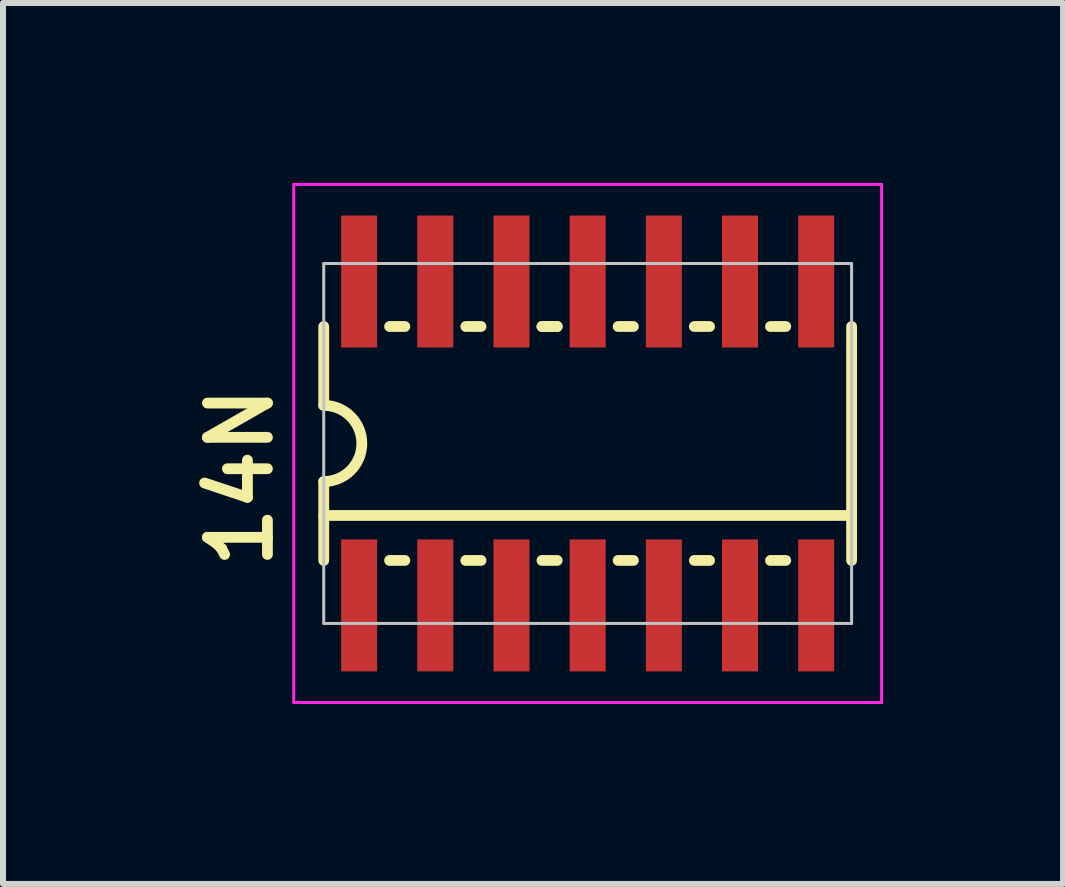
<source format=kicad_pcb>
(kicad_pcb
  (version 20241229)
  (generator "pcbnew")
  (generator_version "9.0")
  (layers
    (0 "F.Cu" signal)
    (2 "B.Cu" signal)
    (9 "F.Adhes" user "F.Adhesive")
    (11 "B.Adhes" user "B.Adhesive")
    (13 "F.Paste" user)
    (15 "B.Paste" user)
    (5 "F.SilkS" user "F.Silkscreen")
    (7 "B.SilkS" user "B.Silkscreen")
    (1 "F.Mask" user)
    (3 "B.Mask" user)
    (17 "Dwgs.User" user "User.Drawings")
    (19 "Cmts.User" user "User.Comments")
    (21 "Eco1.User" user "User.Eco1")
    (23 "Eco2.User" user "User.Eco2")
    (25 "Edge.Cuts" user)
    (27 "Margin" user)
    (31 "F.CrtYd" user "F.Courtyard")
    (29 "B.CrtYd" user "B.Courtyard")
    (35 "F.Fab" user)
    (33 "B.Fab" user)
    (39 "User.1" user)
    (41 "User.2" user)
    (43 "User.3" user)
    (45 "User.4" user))
  (footprint "14N"
    (layer "F.Cu")
    (at 6.747 4.343)
    (property "Reference" "14N" (at -5.207 2.159 90) (layer "F.SilkS") (effects (font (size 1 1) (thickness 0.18)) (justify left bottom)))
    (attr through_hole)
    (fp_line (start -4.4 -0.635) (end -4.4 -1.95) (stroke (width 0.18) (type solid)) (layer "F.SilkS"))
    (fp_line (start -4.4 1.95) (end -4.4 0.635) (stroke (width 0.18) (type solid)) (layer "F.SilkS"))
    (fp_line (start -3.302 -1.95) (end -3.048 -1.95) (stroke (width 0.18) (type solid)) (layer "F.SilkS"))
    (fp_line (start -3.302 1.95) (end -3.048 1.95) (stroke (width 0.18) (type solid)) (layer "F.SilkS"))
    (fp_line (start -2.032 -1.95) (end -1.778 -1.95) (stroke (width 0.18) (type solid)) (layer "F.SilkS"))
    (fp_line (start -2.032 1.95) (end -1.778 1.95) (stroke (width 0.18) (type solid)) (layer "F.SilkS"))
    (fp_line (start -0.762 -1.95) (end -0.508 -1.95) (stroke (width 0.18) (type solid)) (layer "F.SilkS"))
    (fp_line (start -0.762 -1.95) (end -0.508 -1.95) (stroke (width 0.18) (type solid)) (layer "F.SilkS"))
    (fp_line (start -0.762 1.95) (end -0.508 1.95) (stroke (width 0.18) (type solid)) (layer "F.SilkS"))
    (fp_line (start 0.508 -1.95) (end 0.762 -1.95) (stroke (width 0.18) (type solid)) (layer "F.SilkS"))
    (fp_line (start 0.508 1.95) (end 0.762 1.95) (stroke (width 0.18) (type solid)) (layer "F.SilkS"))
    (fp_line (start 1.778 -1.95) (end 2.032 -1.95) (stroke (width 0.18) (type solid)) (layer "F.SilkS"))
    (fp_line (start 1.778 1.95) (end 2.032 1.95) (stroke (width 0.18) (type solid)) (layer "F.SilkS"))
    (fp_line (start 3.048 -1.95) (end 3.302 -1.95) (stroke (width 0.18) (type solid)) (layer "F.SilkS"))
    (fp_line (start 3.048 1.95) (end 3.302 1.95) (stroke (width 0.18) (type solid)) (layer "F.SilkS"))
    (fp_line (start 4.4 -1.95) (end 4.4 1.95) (stroke (width 0.18) (type solid)) (layer "F.SilkS"))
    (fp_line (start 4.4 1.2) (end -4.4 1.2) (stroke (width 0.18) (type solid)) (layer "F.SilkS"))
    (fp_arc (start -4.4 -0.635) (mid -3.765 0) (end -4.4 0.635) (stroke (width 0.18) (type solid)) (layer "F.SilkS"))
    (fp_line (start -4.4 -3) (end -4.4 3) (stroke (width 0.05) (type solid)) (layer "Dwgs.User"))
    (fp_line (start -4.4 -3) (end 4.4 -3) (stroke (width 0.05) (type solid)) (layer "Dwgs.User"))
    (fp_line (start -4.4 3) (end 4.4 3) (stroke (width 0.05) (type solid)) (layer "Dwgs.User"))
    (fp_line (start 4.4 3) (end 4.4 -3) (stroke (width 0.05) (type solid)) (layer "Dwgs.User"))
    (fp_line (start -4.9 -4.318) (end 4.9 -4.318) (stroke (width 0.05) (type solid)) (layer "F.CrtYd"))
    (fp_line (start -4.9 4.318) (end -4.9 -4.318) (stroke (width 0.05) (type solid)) (layer "F.CrtYd"))
    (fp_line (start 4.9 -4.318) (end 4.9 4.318) (stroke (width 0.05) (type solid)) (layer "F.CrtYd"))
    (fp_line (start 4.9 4.318) (end -4.9 4.318) (stroke (width 0.05) (type solid)) (layer "F.CrtYd"))
    (pad "1" smd rect (at -3.81 2.7) (size 0.6 2.2) (layers "F.Cu" "F.Mask" "F.Paste"))
    (pad "2" smd rect (at -2.54 2.7) (size 0.6 2.2) (layers "F.Cu" "F.Mask" "F.Paste"))
    (pad "3" smd rect (at -1.27 2.7) (size 0.6 2.2) (layers "F.Cu" "F.Mask" "F.Paste"))
    (pad "4" smd rect (at 0 2.7) (size 0.6 2.2) (layers "F.Cu" "F.Mask" "F.Paste"))
    (pad "5" smd rect (at 1.27 2.7) (size 0.6 2.2) (layers "F.Cu" "F.Mask" "F.Paste"))
    (pad "6" smd rect (at 2.54 2.7) (size 0.6 2.2) (layers "F.Cu" "F.Mask" "F.Paste"))
    (pad "7" smd rect (at 3.81 2.7) (size 0.6 2.2) (layers "F.Cu" "F.Mask" "F.Paste"))
    (pad "8" smd rect (at 3.81 -2.7) (size 0.6 2.2) (layers "F.Cu" "F.Mask" "F.Paste"))
    (pad "9" smd rect (at 2.54 -2.7) (size 0.6 2.2) (layers "F.Cu" "F.Mask" "F.Paste"))
    (pad "10" smd rect (at 1.27 -2.7) (size 0.6 2.2) (layers "F.Cu" "F.Mask" "F.Paste"))
    (pad "11" smd rect (at 0 -2.7) (size 0.6 2.2) (layers "F.Cu" "F.Mask" "F.Paste"))
    (pad "12" smd rect (at -1.27 -2.7) (size 0.6 2.2) (layers "F.Cu" "F.Mask" "F.Paste"))
    (pad "13" smd rect (at -2.54 -2.7) (size 0.6 2.2) (layers "F.Cu" "F.Mask" "F.Paste"))
    (pad "14" smd rect (at -3.81 -2.7) (size 0.6 2.2) (layers "F.Cu" "F.Mask" "F.Paste")))
  (gr_rect
    (start -3 -3)
    (end 14.672 11.686)
    (stroke (width 0.1) (type default))
    (fill no)
    (layer "Edge.Cuts")))
</source>
